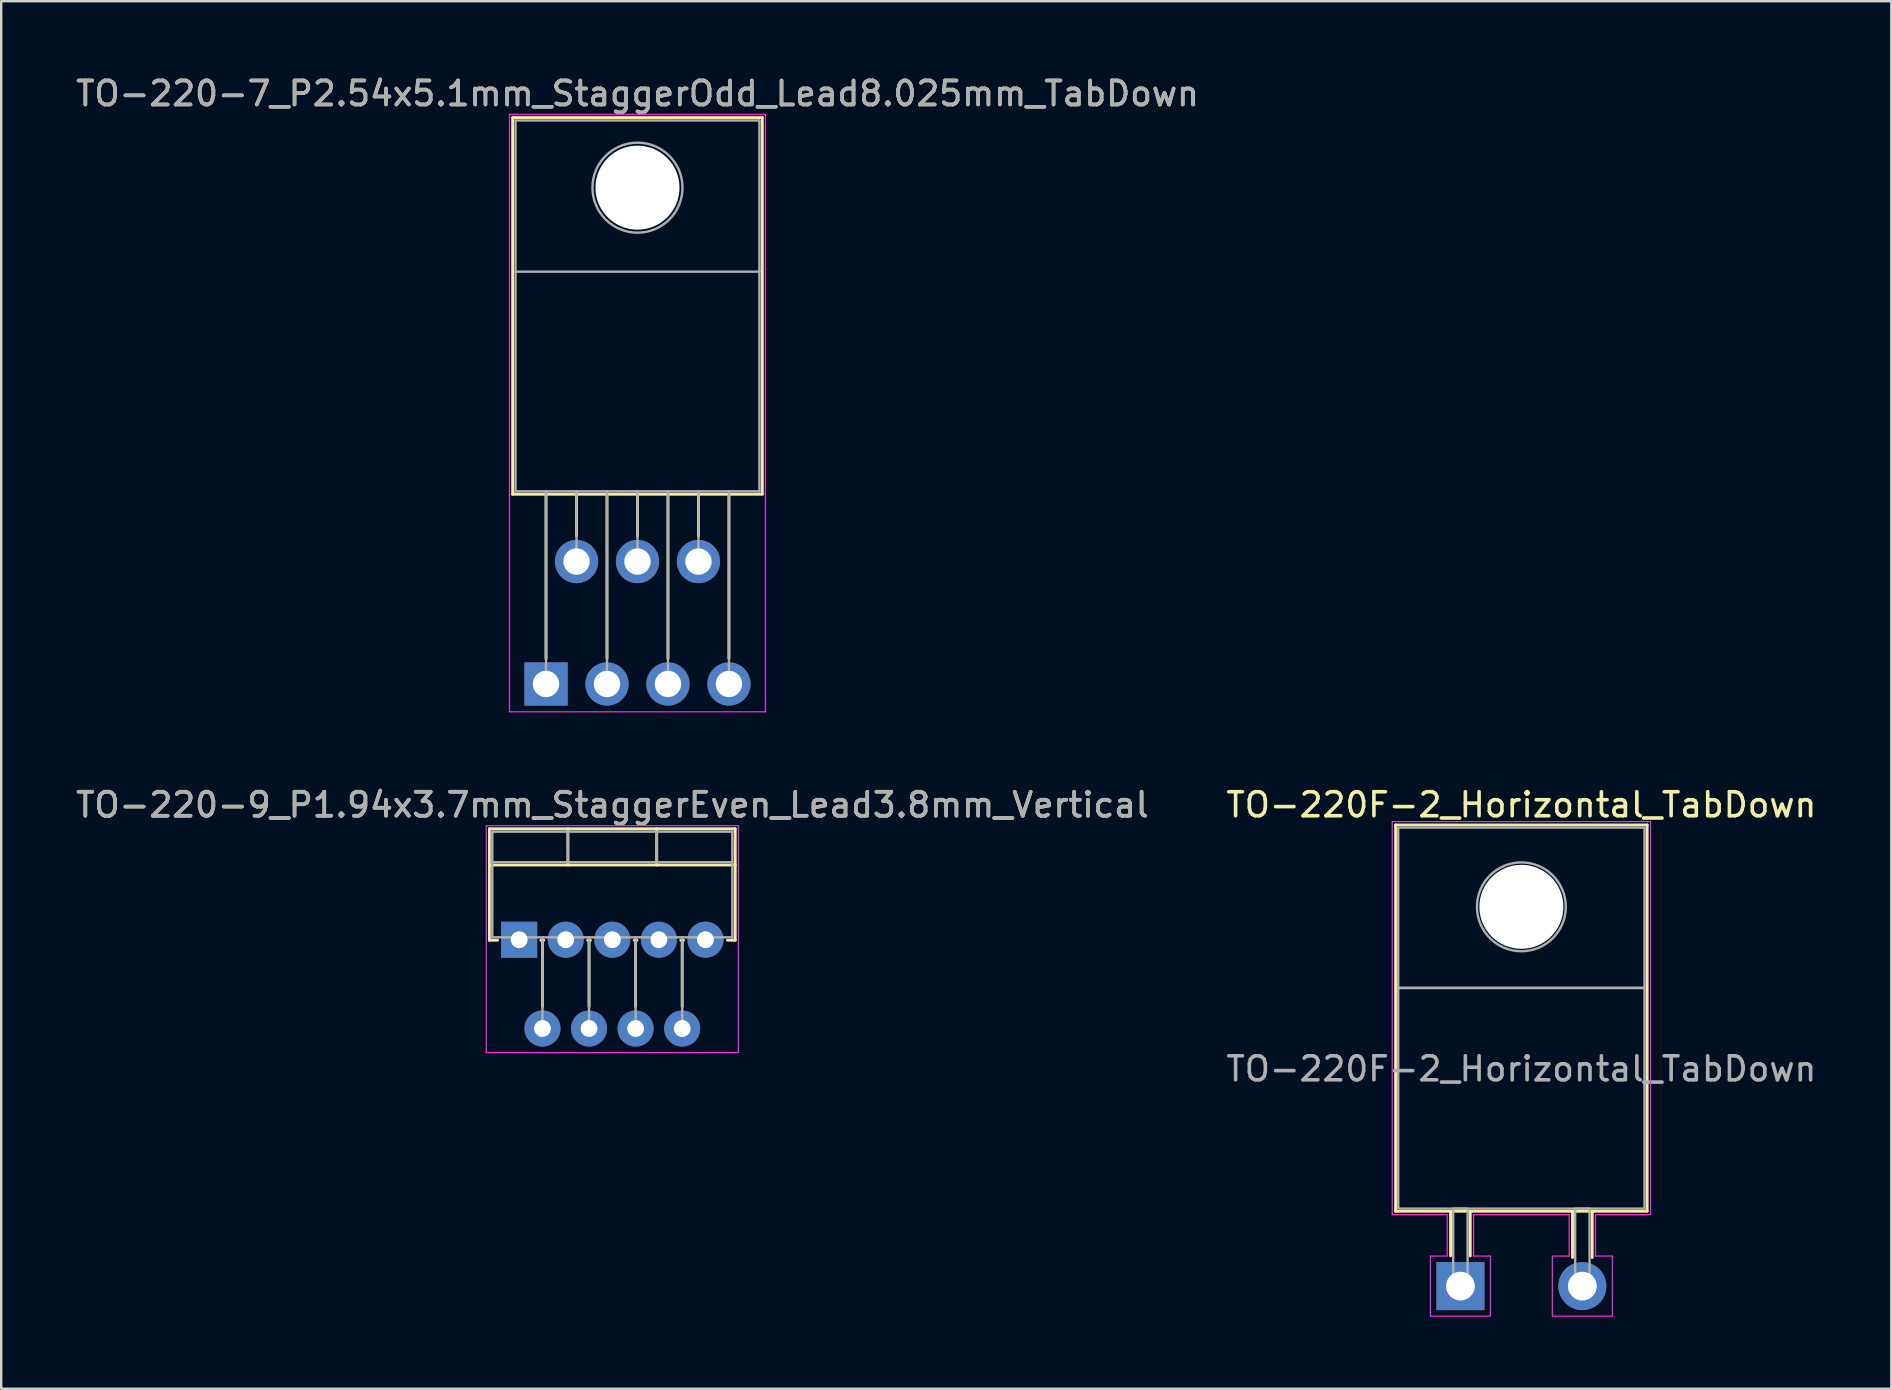
<source format=kicad_pcb>
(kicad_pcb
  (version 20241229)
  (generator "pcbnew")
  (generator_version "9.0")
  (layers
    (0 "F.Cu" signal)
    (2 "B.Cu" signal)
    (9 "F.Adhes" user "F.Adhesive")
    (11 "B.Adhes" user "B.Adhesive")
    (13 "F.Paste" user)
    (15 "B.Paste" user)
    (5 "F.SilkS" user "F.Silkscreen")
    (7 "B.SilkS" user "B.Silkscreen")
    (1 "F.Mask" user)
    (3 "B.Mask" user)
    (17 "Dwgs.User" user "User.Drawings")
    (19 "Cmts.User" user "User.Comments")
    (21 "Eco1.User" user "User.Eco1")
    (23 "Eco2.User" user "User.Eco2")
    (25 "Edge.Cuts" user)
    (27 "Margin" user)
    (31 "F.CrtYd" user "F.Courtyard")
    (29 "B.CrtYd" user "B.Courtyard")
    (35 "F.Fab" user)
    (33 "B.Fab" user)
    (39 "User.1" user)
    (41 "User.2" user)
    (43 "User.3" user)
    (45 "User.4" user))
  (footprint "TO-220-9_P1.94x3.7mm_StaggerEven_Lead3.8mm_Vertical"
    (layer "F.Cu")
    (at 18.578 36.096)
    (property "Reference" "TO-220-9_P1.94x3.7mm_StaggerEven_Lead3.8mm_Vertical" (at 3.88 -5.62 0) (layer "F.SilkS") (effects (font (size 1 1) (thickness 0.15))))
    (attr through_hole)
    (fp_line (start -1.241 -4.62) (end -1.241 0.021) (stroke (width 0.12) (type solid)) (layer "F.SilkS"))
    (fp_line (start -1.241 -4.62) (end 9 -4.62) (stroke (width 0.12) (type solid)) (layer "F.SilkS"))
    (fp_line (start -1.241 -3.111) (end 9 -3.111) (stroke (width 0.12) (type solid)) (layer "F.SilkS"))
    (fp_line (start -1.241 0.021) (end -0.9 0.021) (stroke (width 0.12) (type solid)) (layer "F.SilkS"))
    (fp_line (start 0.9 0.021) (end 1.025 0.021) (stroke (width 0.12) (type solid)) (layer "F.SilkS"))
    (fp_line (start 0.97 0.021) (end 0.97 2.785) (stroke (width 0.12) (type solid)) (layer "F.SilkS"))
    (fp_line (start 2.03 -4.62) (end 2.03 -3.111) (stroke (width 0.12) (type solid)) (layer "F.SilkS"))
    (fp_line (start 2.855 0.021) (end 2.965 0.021) (stroke (width 0.12) (type solid)) (layer "F.SilkS"))
    (fp_line (start 2.91 0.021) (end 2.91 2.785) (stroke (width 0.12) (type solid)) (layer "F.SilkS"))
    (fp_line (start 4.795 0.021) (end 4.905 0.021) (stroke (width 0.12) (type solid)) (layer "F.SilkS"))
    (fp_line (start 4.85 0.021) (end 4.85 2.785) (stroke (width 0.12) (type solid)) (layer "F.SilkS"))
    (fp_line (start 5.73 -4.62) (end 5.73 -3.111) (stroke (width 0.12) (type solid)) (layer "F.SilkS"))
    (fp_line (start 6.735 0.021) (end 6.845 0.021) (stroke (width 0.12) (type solid)) (layer "F.SilkS"))
    (fp_line (start 6.79 0.021) (end 6.79 2.785) (stroke (width 0.12) (type solid)) (layer "F.SilkS"))
    (fp_line (start 8.675 0.021) (end 9 0.021) (stroke (width 0.12) (type solid)) (layer "F.SilkS"))
    (fp_line (start 9 -4.62) (end 9 0.021) (stroke (width 0.12) (type solid)) (layer "F.SilkS"))
    (fp_line (start -1.37 -4.75) (end -1.37 4.7) (stroke (width 0.05) (type solid)) (layer "F.CrtYd"))
    (fp_line (start -1.37 4.7) (end 9.13 4.7) (stroke (width 0.05) (type solid)) (layer "F.CrtYd"))
    (fp_line (start 9.13 -4.75) (end -1.37 -4.75) (stroke (width 0.05) (type solid)) (layer "F.CrtYd"))
    (fp_line (start 9.13 4.7) (end 9.13 -4.75) (stroke (width 0.05) (type solid)) (layer "F.CrtYd"))
    (fp_line (start -1.12 -4.5) (end -1.12 -0.1) (stroke (width 0.1) (type solid)) (layer "F.Fab"))
    (fp_line (start -1.12 -3.23) (end 8.88 -3.23) (stroke (width 0.1) (type solid)) (layer "F.Fab"))
    (fp_line (start -1.12 -0.1) (end 8.88 -0.1) (stroke (width 0.1) (type solid)) (layer "F.Fab"))
    (fp_line (start 0 -0.1) (end 0 0) (stroke (width 0.1) (type solid)) (layer "F.Fab"))
    (fp_line (start 0.97 -0.1) (end 0.97 3.7) (stroke (width 0.1) (type solid)) (layer "F.Fab"))
    (fp_line (start 1.94 -0.1) (end 1.94 0) (stroke (width 0.1) (type solid)) (layer "F.Fab"))
    (fp_line (start 2.03 -4.5) (end 2.03 -3.23) (stroke (width 0.1) (type solid)) (layer "F.Fab"))
    (fp_line (start 2.91 -0.1) (end 2.91 3.7) (stroke (width 0.1) (type solid)) (layer "F.Fab"))
    (fp_line (start 3.88 -0.1) (end 3.88 0) (stroke (width 0.1) (type solid)) (layer "F.Fab"))
    (fp_line (start 4.85 -0.1) (end 4.85 3.7) (stroke (width 0.1) (type solid)) (layer "F.Fab"))
    (fp_line (start 5.73 -4.5) (end 5.73 -3.23) (stroke (width 0.1) (type solid)) (layer "F.Fab"))
    (fp_line (start 5.82 -0.1) (end 5.82 0) (stroke (width 0.1) (type solid)) (layer "F.Fab"))
    (fp_line (start 6.79 -0.1) (end 6.79 3.7) (stroke (width 0.1) (type solid)) (layer "F.Fab"))
    (fp_line (start 7.76 -0.1) (end 7.76 0) (stroke (width 0.1) (type solid)) (layer "F.Fab"))
    (fp_line (start 8.88 -4.5) (end -1.12 -4.5) (stroke (width 0.1) (type solid)) (layer "F.Fab"))
    (fp_line (start 8.88 -0.1) (end 8.88 -4.5) (stroke (width 0.1) (type solid)) (layer "F.Fab"))
    (fp_text user "${REFERENCE}" (at 3.88 -5.62 0) (layer "F.Fab") (effects (font (size 1 1) (thickness 0.15))))
    (pad "1" thru_hole rect (at 0 0) (size 1.5 1.5) (drill 0.7) (layers "*.Cu" "*.Mask"))
    (pad "2" thru_hole oval (at 0.97 3.7) (size 1.5 1.5) (drill 0.7) (layers "*.Cu" "*.Mask"))
    (pad "3" thru_hole oval (at 1.94 0) (size 1.5 1.5) (drill 0.7) (layers "*.Cu" "*.Mask"))
    (pad "4" thru_hole oval (at 2.91 3.7) (size 1.5 1.5) (drill 0.7) (layers "*.Cu" "*.Mask"))
    (pad "5" thru_hole oval (at 3.88 0) (size 1.5 1.5) (drill 0.7) (layers "*.Cu" "*.Mask"))
    (pad "6" thru_hole oval (at 4.85 3.7) (size 1.5 1.5) (drill 0.7) (layers "*.Cu" "*.Mask"))
    (pad "7" thru_hole oval (at 5.82 0) (size 1.5 1.5) (drill 0.7) (layers "*.Cu" "*.Mask"))
    (pad "8" thru_hole oval (at 6.79 3.7) (size 1.5 1.5) (drill 0.7) (layers "*.Cu" "*.Mask"))
    (pad "9" thru_hole oval (at 7.76 0) (size 1.5 1.5) (drill 0.7) (layers "*.Cu" "*.Mask")))
  (footprint "TO-220F-2_Horizontal_TabDown"
    (layer "F.Cu")
    (at 57.787 50.526)
    (property "Reference" "TO-220F-2_Horizontal_TabDown" (at 2.54 -20.05 0) (layer "F.SilkS") (effects (font (size 1 1) (thickness 0.15))))
    (attr through_hole)
    (fp_line (start -2.7 -19.21) (end 7.78 -19.21) (stroke (width 0.12) (type solid)) (layer "F.SilkS"))
    (fp_line (start -2.7 -3.12) (end -2.7 -19.21) (stroke (width 0.12) (type solid)) (layer "F.SilkS"))
    (fp_line (start -2.7 -3.12) (end 7.78 -3.12) (stroke (width 0.12) (type solid)) (layer "F.SilkS"))
    (fp_line (start -0.41 -3.12) (end -0.41 -1.26) (stroke (width 0.12) (type solid)) (layer "F.SilkS"))
    (fp_line (start 0.41 -3.12) (end 0.41 -1.26) (stroke (width 0.12) (type solid)) (layer "F.SilkS"))
    (fp_line (start 4.67 -3.12) (end 4.67 -1.191) (stroke (width 0.12) (type solid)) (layer "F.SilkS"))
    (fp_line (start 5.49 -3.12) (end 5.49 -1.191) (stroke (width 0.12) (type solid)) (layer "F.SilkS"))
    (fp_line (start 7.78 -3.12) (end 7.78 -19.21) (stroke (width 0.12) (type solid)) (layer "F.SilkS"))
    (fp_line (start -2.84 -19.35) (end 7.92 -19.35) (stroke (width 0.05) (type solid)) (layer "F.CrtYd"))
    (fp_line (start -2.84 -2.98) (end -2.84 -19.35) (stroke (width 0.05) (type solid)) (layer "F.CrtYd"))
    (fp_line (start -1.25 -1.25) (end -0.55 -1.25) (stroke (width 0.05) (type solid)) (layer "F.CrtYd"))
    (fp_line (start -1.25 1.25) (end -1.25 -1.25) (stroke (width 0.05) (type solid)) (layer "F.CrtYd"))
    (fp_line (start -0.55 -2.98) (end -2.84 -2.98) (stroke (width 0.05) (type solid)) (layer "F.CrtYd"))
    (fp_line (start -0.55 -1.25) (end -0.55 -2.98) (stroke (width 0.05) (type solid)) (layer "F.CrtYd"))
    (fp_line (start 0.55 -2.98) (end 0.55 -1.25) (stroke (width 0.05) (type solid)) (layer "F.CrtYd"))
    (fp_line (start 0.55 -1.25) (end 1.25 -1.25) (stroke (width 0.05) (type solid)) (layer "F.CrtYd"))
    (fp_line (start 1.25 -1.25) (end 1.25 1.25) (stroke (width 0.05) (type solid)) (layer "F.CrtYd"))
    (fp_line (start 1.25 1.25) (end -1.25 1.25) (stroke (width 0.05) (type solid)) (layer "F.CrtYd"))
    (fp_line (start 3.83 -1.25) (end 4.53 -1.25) (stroke (width 0.05) (type solid)) (layer "F.CrtYd"))
    (fp_line (start 3.83 1.25) (end 3.83 -1.25) (stroke (width 0.05) (type solid)) (layer "F.CrtYd"))
    (fp_line (start 4.53 -2.98) (end 0.55 -2.98) (stroke (width 0.05) (type solid)) (layer "F.CrtYd"))
    (fp_line (start 4.53 -1.25) (end 4.53 -2.98) (stroke (width 0.05) (type solid)) (layer "F.CrtYd"))
    (fp_line (start 5.63 -2.98) (end 5.63 -1.25) (stroke (width 0.05) (type solid)) (layer "F.CrtYd"))
    (fp_line (start 5.63 -1.25) (end 6.33 -1.25) (stroke (width 0.05) (type solid)) (layer "F.CrtYd"))
    (fp_line (start 6.33 -1.25) (end 6.33 1.25) (stroke (width 0.05) (type solid)) (layer "F.CrtYd"))
    (fp_line (start 6.33 1.25) (end 3.83 1.25) (stroke (width 0.05) (type solid)) (layer "F.CrtYd"))
    (fp_line (start 7.92 -19.35) (end 7.92 -2.98) (stroke (width 0.05) (type solid)) (layer "F.CrtYd"))
    (fp_line (start 7.92 -2.98) (end 5.63 -2.98) (stroke (width 0.05) (type solid)) (layer "F.CrtYd"))
    (fp_rect (start -2.59 -19.1) (end 7.67 -12.42) (stroke (width 0.1) (type solid)) (fill no) (layer "F.Fab"))
    (fp_rect (start -2.59 -3.23) (end 7.67 -12.42) (stroke (width 0.1) (type solid)) (fill no) (layer "F.Fab"))
    (fp_rect (start -0.3 -3.23) (end 0.3 0) (stroke (width 0.1) (type solid)) (fill no) (layer "F.Fab"))
    (fp_rect (start 4.78 -3.23) (end 5.38 0) (stroke (width 0.1) (type solid)) (fill no) (layer "F.Fab"))
    (fp_circle (center 2.54 -15.8) (end 4.39 -15.8) (stroke (width 0.1) (type solid)) (fill no) (layer "F.Fab"))
    (fp_text user "${REFERENCE}" (at 2.54 -9.05 0) (layer "F.Fab") (effects (font (size 1 1) (thickness 0.15))))
    (pad "" np_thru_hole circle (at 2.54 -15.8) (size 3.5 3.5) (drill 3.5) (layers "*.Cu" "*.Mask"))
    (pad "1" thru_hole rect (at 0 0) (size 2 2) (drill 1.2) (layers "*.Cu" "*.Mask"))
    (pad "2" thru_hole circle (at 5.08 0) (size 2 2) (drill 1.2) (layers "*.Cu" "*.Mask")))
  (footprint "TO-220-7_P2.54x5.1mm_StaggerOdd_Lead8.025mm_TabDown"
    (layer "F.Cu")
    (at 19.696 25.443)
    (property "Reference" "TO-220-7_P2.54x5.1mm_StaggerOdd_Lead8.025mm_TabDown" (at 3.81 -24.595 0) (layer "F.SilkS") (effects (font (size 1 1) (thickness 0.15))))
    (attr through_hole)
    (fp_line (start -1.39 -23.595) (end -1.39 -7.906) (stroke (width 0.12) (type solid)) (layer "F.SilkS"))
    (fp_line (start -1.39 -23.595) (end 9.01 -23.595) (stroke (width 0.12) (type solid)) (layer "F.SilkS"))
    (fp_line (start -1.39 -7.906) (end 9.01 -7.906) (stroke (width 0.12) (type solid)) (layer "F.SilkS"))
    (fp_line (start 0 -7.906) (end 0 -1.05) (stroke (width 0.12) (type solid)) (layer "F.SilkS"))
    (fp_line (start 1.27 -7.906) (end 1.27 -6.166) (stroke (width 0.12) (type solid)) (layer "F.SilkS"))
    (fp_line (start 2.54 -7.906) (end 2.54 -1.065) (stroke (width 0.12) (type solid)) (layer "F.SilkS"))
    (fp_line (start 3.81 -7.906) (end 3.81 -6.166) (stroke (width 0.12) (type solid)) (layer "F.SilkS"))
    (fp_line (start 5.08 -7.906) (end 5.08 -1.065) (stroke (width 0.12) (type solid)) (layer "F.SilkS"))
    (fp_line (start 6.35 -7.906) (end 6.35 -6.166) (stroke (width 0.12) (type solid)) (layer "F.SilkS"))
    (fp_line (start 7.62 -7.906) (end 7.62 -1.065) (stroke (width 0.12) (type solid)) (layer "F.SilkS"))
    (fp_line (start 9.01 -23.595) (end 9.01 -7.906) (stroke (width 0.12) (type solid)) (layer "F.SilkS"))
    (fp_line (start -1.52 -23.73) (end -1.52 1.16) (stroke (width 0.05) (type solid)) (layer "F.CrtYd"))
    (fp_line (start -1.52 1.16) (end 9.14 1.16) (stroke (width 0.05) (type solid)) (layer "F.CrtYd"))
    (fp_line (start 9.14 -23.73) (end -1.52 -23.73) (stroke (width 0.05) (type solid)) (layer "F.CrtYd"))
    (fp_line (start 9.14 1.16) (end 9.14 -23.73) (stroke (width 0.05) (type solid)) (layer "F.CrtYd"))
    (fp_line (start -1.27 -23.475) (end 8.89 -23.475) (stroke (width 0.1) (type solid)) (layer "F.Fab"))
    (fp_line (start -1.27 -17.175) (end -1.27 -23.475) (stroke (width 0.1) (type solid)) (layer "F.Fab"))
    (fp_line (start -1.27 -17.175) (end 8.89 -17.175) (stroke (width 0.1) (type solid)) (layer "F.Fab"))
    (fp_line (start -1.27 -8.025) (end -1.27 -17.175) (stroke (width 0.1) (type solid)) (layer "F.Fab"))
    (fp_line (start 0 -8.025) (end 0 0) (stroke (width 0.1) (type solid)) (layer "F.Fab"))
    (fp_line (start 1.27 -8.025) (end 1.27 -5.1) (stroke (width 0.1) (type solid)) (layer "F.Fab"))
    (fp_line (start 2.54 -8.025) (end 2.54 0) (stroke (width 0.1) (type solid)) (layer "F.Fab"))
    (fp_line (start 3.81 -8.025) (end 3.81 -5.1) (stroke (width 0.1) (type solid)) (layer "F.Fab"))
    (fp_line (start 5.08 -8.025) (end 5.08 0) (stroke (width 0.1) (type solid)) (layer "F.Fab"))
    (fp_line (start 6.35 -8.025) (end 6.35 -5.1) (stroke (width 0.1) (type solid)) (layer "F.Fab"))
    (fp_line (start 7.62 -8.025) (end 7.62 0) (stroke (width 0.1) (type solid)) (layer "F.Fab"))
    (fp_line (start 8.89 -23.475) (end 8.89 -17.175) (stroke (width 0.1) (type solid)) (layer "F.Fab"))
    (fp_line (start 8.89 -17.175) (end 8.89 -8.025) (stroke (width 0.1) (type solid)) (layer "F.Fab"))
    (fp_line (start 8.89 -8.025) (end -1.27 -8.025) (stroke (width 0.1) (type solid)) (layer "F.Fab"))
    (fp_circle (center 3.81 -20.675) (end 5.685 -20.675) (stroke (width 0.1) (type solid)) (fill no) (layer "F.Fab"))
    (fp_text user "${REFERENCE}" (at 3.81 -24.595 0) (layer "F.Fab") (effects (font (size 1 1) (thickness 0.15))))
    (pad "" np_thru_hole circle (at 3.81 -20.675) (size 3.5 3.5) (drill 3.5) (layers "*.Cu" "*.Mask"))
    (pad "1" thru_hole rect (at 0 0) (size 1.8 1.8) (drill 1.1) (layers "*.Cu" "*.Mask"))
    (pad "2" thru_hole circle (at 1.27 -5.1) (size 1.8 1.8) (drill 1.1) (layers "*.Cu" "*.Mask"))
    (pad "3" thru_hole circle (at 2.54 0) (size 1.8 1.8) (drill 1.1) (layers "*.Cu" "*.Mask"))
    (pad "4" thru_hole circle (at 3.81 -5.1) (size 1.8 1.8) (drill 1.1) (layers "*.Cu" "*.Mask"))
    (pad "5" thru_hole circle (at 5.08 0) (size 1.8 1.8) (drill 1.1) (layers "*.Cu" "*.Mask"))
    (pad "6" thru_hole circle (at 6.35 -5.1) (size 1.8 1.8) (drill 1.1) (layers "*.Cu" "*.Mask"))
    (pad "7" thru_hole circle (at 7.62 0) (size 1.8 1.8) (drill 1.1) (layers "*.Cu" "*.Mask")))
  (gr_rect
    (start -3 -3)
    (end 75.738 54.801)
    (stroke (width 0.1) (type default))
    (fill no)
    (layer "Edge.Cuts")))
</source>
